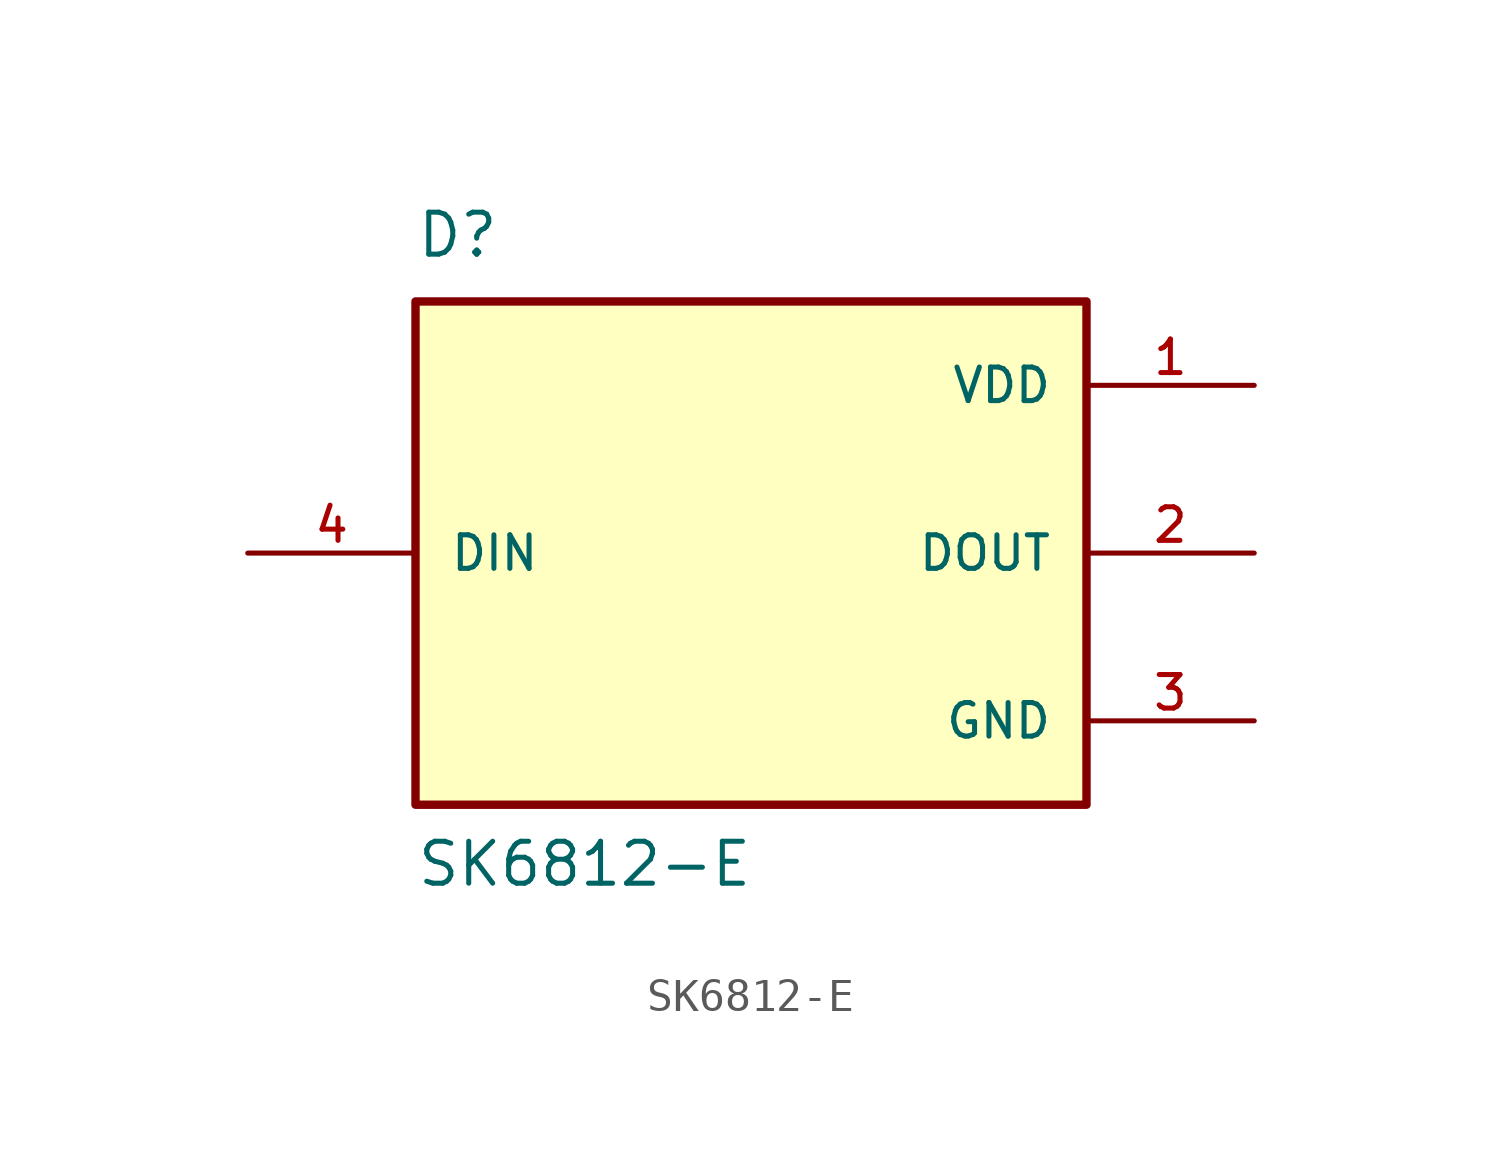
<source format=kicad_sym>
(kicad_symbol_lib
  (version 20211014)
  (generator kicad_symbol_editor)
  (symbol "SK6812-E"
    (pin_names
      (offset 1.016))
    (property "Reference" "D"
      (at -10.16 8.89 0)
      (effects (font (size 1.27 1.27)) (justify bottom left)))
    (property "Value" "SK6812-E"
      (at -10.16 -10.16 0)
      (effects (font (size 1.27 1.27)) (justify bottom left)))
    (symbol "SK6812-E_0_0"
      (rectangle (start -10.16 -7.62) (end 10.16 7.62) (stroke (width 0.254)) (fill (type background)))
      (pin input line (at -15.24 0.0 0) (length 5.08) (name "DIN" (effects (font (size 1.016 1.016)))) (number "4" (effects (font (size 1.016 1.016)))))
      (pin power_in line (at 15.24 5.08 180.0) (length 5.08) (name "VDD" (effects (font (size 1.016 1.016)))) (number "1" (effects (font (size 1.016 1.016)))))
      (pin output line (at 15.24 0.0 180.0) (length 5.08) (name "DOUT" (effects (font (size 1.016 1.016)))) (number "2" (effects (font (size 1.016 1.016)))))
      (pin power_in line (at 15.24 -5.08 180.0) (length 5.08) (name "GND" (effects (font (size 1.016 1.016)))) (number "3" (effects (font (size 1.016 1.016))))))))
</source>
